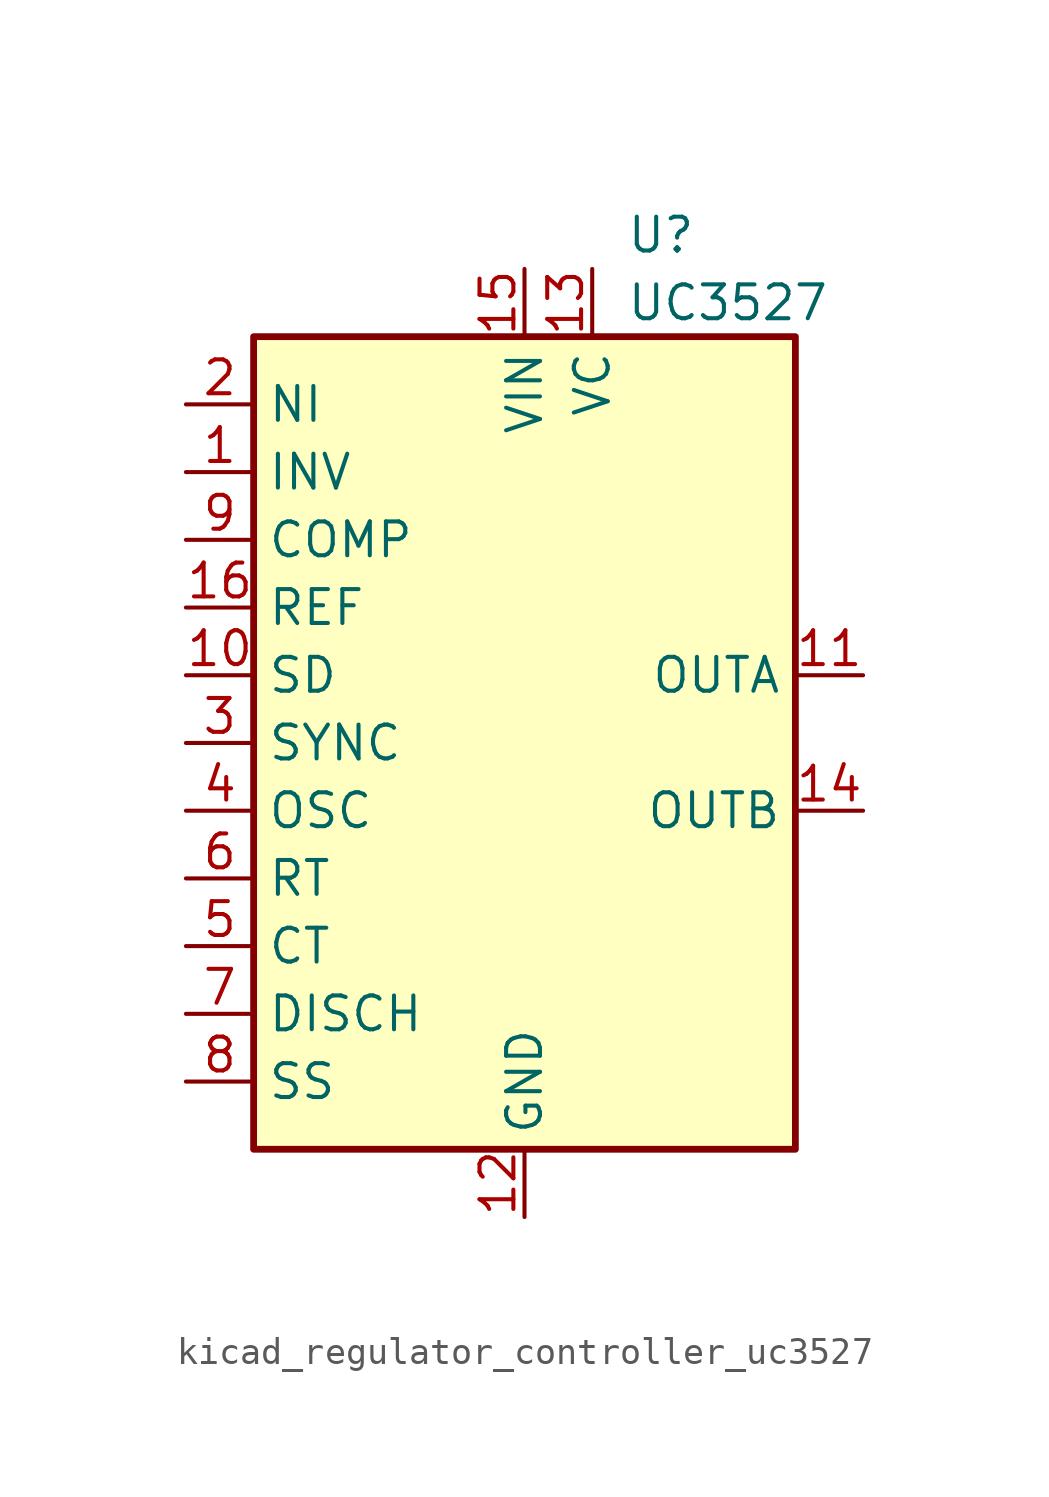
<source format=kicad_sym>
(kicad_symbol_lib
  (version 20220914)
  (generator kicad_symbol_editor)
  (symbol "kicad_regulator_controller_uc3527"
    (property "Reference" "U"
      (at 3.81 19.05 0)
      (effects (font (size 1.27 1.27)) (justify left)))
    (property "Value" "UC3527"
      (at 3.81 16.51 0)
      (effects (font (size 1.27 1.27)) (justify left)))
    (symbol "kicad_regulator_controller_uc3527_0_1"
      (rectangle (start -10.16 -15.24) (end 10.16 15.24) (stroke (width 0.254) (type default)) (fill (type background))))
    (symbol "kicad_regulator_controller_uc3527_1_1"
      (pin input line (at -12.7 10.16 0) (length 2.54) (name "INV" (effects (font (size 1.27 1.27)))) (number "1" (effects (font (size 1.27 1.27)))))
      (pin passive line (at -12.7 2.54 0) (length 2.54) (name "SD" (effects (font (size 1.27 1.27)))) (number "10" (effects (font (size 1.27 1.27)))))
      (pin output line (at 12.7 2.54 180) (length 2.54) (name "OUTA" (effects (font (size 1.27 1.27)))) (number "11" (effects (font (size 1.27 1.27)))))
      (pin power_in line (at 0 -17.78 90) (length 2.54) (name "GND" (effects (font (size 1.27 1.27)))) (number "12" (effects (font (size 1.27 1.27)))))
      (pin power_in line (at 2.54 17.78 270) (length 2.54) (name "VC" (effects (font (size 1.27 1.27)))) (number "13" (effects (font (size 1.27 1.27)))))
      (pin output line (at 12.7 -2.54 180) (length 2.54) (name "OUTB" (effects (font (size 1.27 1.27)))) (number "14" (effects (font (size 1.27 1.27)))))
      (pin power_in line (at 0 17.78 270) (length 2.54) (name "VIN" (effects (font (size 1.27 1.27)))) (number "15" (effects (font (size 1.27 1.27)))))
      (pin power_in line (at -12.7 5.08 0) (length 2.54) (name "REF" (effects (font (size 1.27 1.27)))) (number "16" (effects (font (size 1.27 1.27)))))
      (pin input line (at -12.7 12.7 0) (length 2.54) (name "NI" (effects (font (size 1.27 1.27)))) (number "2" (effects (font (size 1.27 1.27)))))
      (pin passive line (at -12.7 0 0) (length 2.54) (name "SYNC" (effects (font (size 1.27 1.27)))) (number "3" (effects (font (size 1.27 1.27)))))
      (pin output line (at -12.7 -2.54 0) (length 2.54) (name "OSC" (effects (font (size 1.27 1.27)))) (number "4" (effects (font (size 1.27 1.27)))))
      (pin passive line (at -12.7 -7.62 0) (length 2.54) (name "CT" (effects (font (size 1.27 1.27)))) (number "5" (effects (font (size 1.27 1.27)))))
      (pin passive line (at -12.7 -5.08 0) (length 2.54) (name "RT" (effects (font (size 1.27 1.27)))) (number "6" (effects (font (size 1.27 1.27)))))
      (pin open_collector line (at -12.7 -10.16 0) (length 2.54) (name "DISCH" (effects (font (size 1.27 1.27)))) (number "7" (effects (font (size 1.27 1.27)))))
      (pin passive line (at -12.7 -12.7 0) (length 2.54) (name "SS" (effects (font (size 1.27 1.27)))) (number "8" (effects (font (size 1.27 1.27)))))
      (pin passive line (at -12.7 7.62 0) (length 2.54) (name "COMP" (effects (font (size 1.27 1.27)))) (number "9" (effects (font (size 1.27 1.27))))))))
</source>
